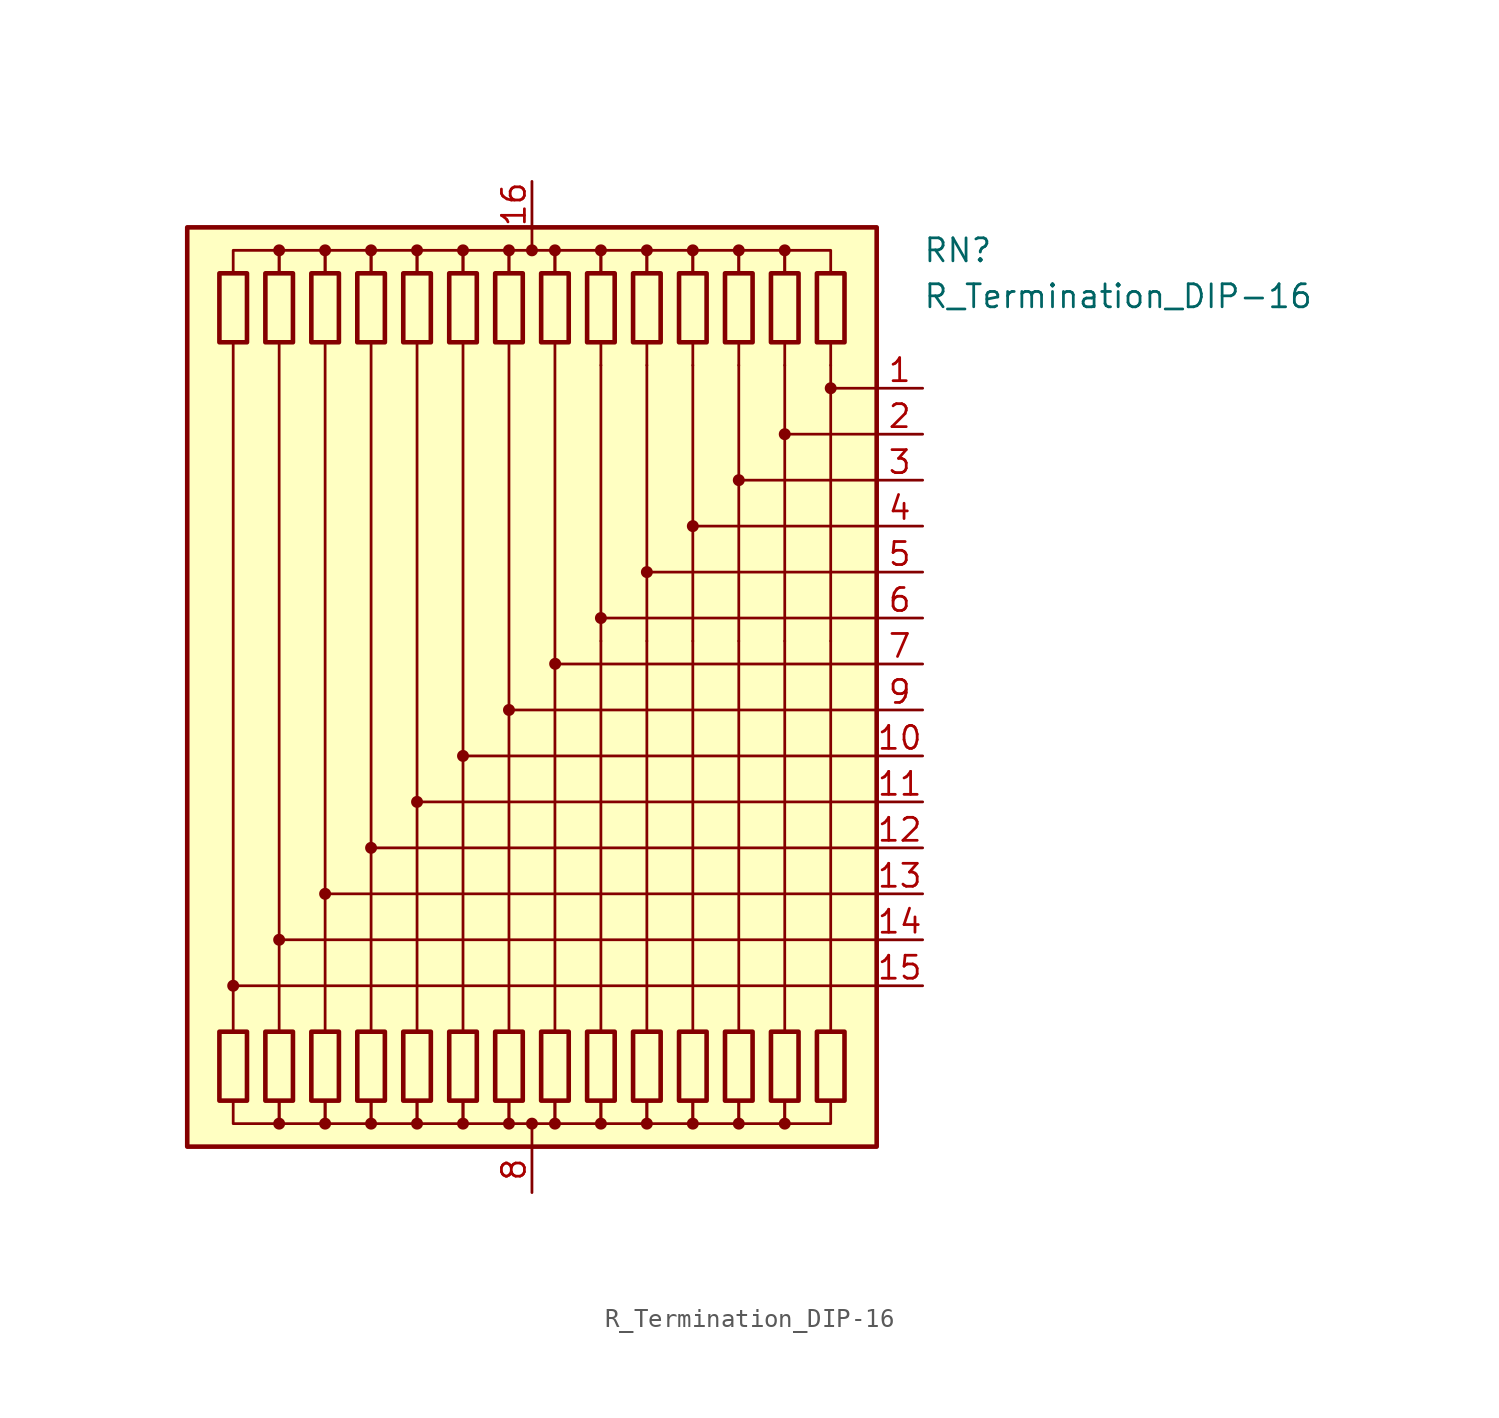
<source format=kicad_sym>
(kicad_symbol_lib
  (version 20211014)
  (generator kicad_symbol_editor)
  (symbol "R_Termination_DIP-16"
    (pin_names
      (offset 0.002) hide)
    (property "Reference" "RN"
      (at 21.59 24.13 0)
      (effects (font (size 1.27 1.27)) (justify left)))
    (property "Value" "R_Termination_DIP-16"
      (at 21.59 21.59 0)
      (effects (font (size 1.27 1.27)) (justify left)))
    (symbol "R_Termination_DIP-16_0_1"
      (rectangle (start -19.05 25.4) (end 19.05 -25.4) (stroke (width 0.254) (type default) (color 0 0 0 0)) (fill (type background)))
      (rectangle (start -17.272 22.86) (end -15.748 19.05) (stroke (width 0.254) (type default) (color 0 0 0 0)) (fill (type none)))
      (circle (center -16.51 -16.51) (radius 0.254) (stroke (width 0) (type default) (color 0 0 0 0)) (fill (type outline)))
      (rectangle (start -15.748 -22.86) (end -17.272 -19.05) (stroke (width 0.254) (type default) (color 0 0 0 0)) (fill (type none)))
      (rectangle (start -14.732 22.86) (end -13.208 19.05) (stroke (width 0.254) (type default) (color 0 0 0 0)) (fill (type none)))
      (circle (center -13.97 -24.13) (radius 0.254) (stroke (width 0) (type default) (color 0 0 0 0)) (fill (type outline)))
      (circle (center -13.97 -13.97) (radius 0.254) (stroke (width 0) (type default) (color 0 0 0 0)) (fill (type outline)))
      (circle (center -13.97 24.13) (radius 0.254) (stroke (width 0) (type default) (color 0 0 0 0)) (fill (type outline)))
      (rectangle (start -13.208 -22.86) (end -14.732 -19.05) (stroke (width 0.254) (type default) (color 0 0 0 0)) (fill (type none)))
      (rectangle (start -12.192 22.86) (end -10.668 19.05) (stroke (width 0.254) (type default) (color 0 0 0 0)) (fill (type none)))
      (circle (center -11.43 -24.13) (radius 0.254) (stroke (width 0) (type default) (color 0 0 0 0)) (fill (type outline)))
      (circle (center -11.43 -11.43) (radius 0.254) (stroke (width 0) (type default) (color 0 0 0 0)) (fill (type outline)))
      (circle (center -11.43 24.13) (radius 0.254) (stroke (width 0) (type default) (color 0 0 0 0)) (fill (type outline)))
      (rectangle (start -10.668 -22.86) (end -12.192 -19.05) (stroke (width 0.254) (type default) (color 0 0 0 0)) (fill (type none)))
      (rectangle (start -9.652 22.86) (end -8.128 19.05) (stroke (width 0.254) (type default) (color 0 0 0 0)) (fill (type none)))
      (circle (center -8.89 -24.13) (radius 0.254) (stroke (width 0) (type default) (color 0 0 0 0)) (fill (type outline)))
      (circle (center -8.89 -8.89) (radius 0.254) (stroke (width 0) (type default) (color 0 0 0 0)) (fill (type outline)))
      (circle (center -8.89 24.13) (radius 0.254) (stroke (width 0) (type default) (color 0 0 0 0)) (fill (type outline)))
      (rectangle (start -8.128 -22.86) (end -9.652 -19.05) (stroke (width 0.254) (type default) (color 0 0 0 0)) (fill (type none)))
      (rectangle (start -7.112 22.86) (end -5.588 19.05) (stroke (width 0.254) (type default) (color 0 0 0 0)) (fill (type none)))
      (circle (center -6.35 -24.13) (radius 0.254) (stroke (width 0) (type default) (color 0 0 0 0)) (fill (type outline)))
      (circle (center -6.35 -6.35) (radius 0.254) (stroke (width 0) (type default) (color 0 0 0 0)) (fill (type outline)))
      (circle (center -6.35 24.13) (radius 0.254) (stroke (width 0) (type default) (color 0 0 0 0)) (fill (type outline)))
      (rectangle (start -5.588 -22.86) (end -7.112 -19.05) (stroke (width 0.254) (type default) (color 0 0 0 0)) (fill (type none)))
      (rectangle (start -4.572 22.86) (end -3.048 19.05) (stroke (width 0.254) (type default) (color 0 0 0 0)) (fill (type none)))
      (circle (center -3.81 -24.13) (radius 0.254) (stroke (width 0) (type default) (color 0 0 0 0)) (fill (type outline)))
      (circle (center -3.81 -3.81) (radius 0.254) (stroke (width 0) (type default) (color 0 0 0 0)) (fill (type outline)))
      (circle (center -3.81 24.13) (radius 0.254) (stroke (width 0) (type default) (color 0 0 0 0)) (fill (type outline)))
      (rectangle (start -3.048 -22.86) (end -4.572 -19.05) (stroke (width 0.254) (type default) (color 0 0 0 0)) (fill (type none)))
      (rectangle (start -2.032 22.86) (end -0.508 19.05) (stroke (width 0.254) (type default) (color 0 0 0 0)) (fill (type none)))
      (circle (center -1.27 -24.13) (radius 0.254) (stroke (width 0) (type default) (color 0 0 0 0)) (fill (type outline)))
      (circle (center -1.27 -1.27) (radius 0.254) (stroke (width 0) (type default) (color 0 0 0 0)) (fill (type outline)))
      (circle (center -1.27 24.13) (radius 0.254) (stroke (width 0) (type default) (color 0 0 0 0)) (fill (type outline)))
      (rectangle (start -0.508 -22.86) (end -2.032 -19.05) (stroke (width 0.254) (type default) (color 0 0 0 0)) (fill (type none)))
      (circle (center 0 -24.13) (radius 0.254) (stroke (width 0) (type default) (color 0 0 0 0)) (fill (type outline)))
      (polyline (pts (xy -16.51 19.05) (xy -16.51 -19.05)) (stroke (width 0) (type default) (color 0 0 0 0)) (fill (type none)))
      (polyline (pts (xy -13.97 19.05) (xy -13.97 -19.05)) (stroke (width 0) (type default) (color 0 0 0 0)) (fill (type none)))
      (polyline (pts (xy -11.43 19.05) (xy -11.43 -19.05)) (stroke (width 0) (type default) (color 0 0 0 0)) (fill (type none)))
      (polyline (pts (xy -8.89 19.05) (xy -8.89 -19.05)) (stroke (width 0) (type default) (color 0 0 0 0)) (fill (type none)))
      (polyline (pts (xy -6.35 19.05) (xy -6.35 -19.05)) (stroke (width 0) (type default) (color 0 0 0 0)) (fill (type none)))
      (polyline (pts (xy -3.81 19.05) (xy -3.81 -19.05)) (stroke (width 0) (type default) (color 0 0 0 0)) (fill (type none)))
      (polyline (pts (xy -1.27 19.05) (xy -1.27 -19.05)) (stroke (width 0) (type default) (color 0 0 0 0)) (fill (type none)))
      (polyline (pts (xy 0 -25.4) (xy 0 -24.13)) (stroke (width 0) (type default) (color 0 0 0 0)) (fill (type none)))
      (polyline (pts (xy 0 25.4) (xy 0 24.13)) (stroke (width 0) (type default) (color 0 0 0 0)) (fill (type none)))
      (polyline (pts (xy 1.27 19.05) (xy 1.27 -19.05)) (stroke (width 0) (type default) (color 0 0 0 0)) (fill (type none)))
      (polyline (pts (xy 3.81 -19.05) (xy 3.81 2.54)) (stroke (width 0) (type default) (color 0 0 0 0)) (fill (type none)))
      (polyline (pts (xy 3.81 17.78) (xy 3.81 2.54)) (stroke (width 0.152) (type default) (color 0 0 0 0)) (fill (type none)))
      (polyline (pts (xy 3.81 19.05) (xy 3.81 17.78)) (stroke (width 0) (type default) (color 0 0 0 0)) (fill (type none)))
      (polyline (pts (xy 6.35 -19.05) (xy 6.35 2.54)) (stroke (width 0) (type default) (color 0 0 0 0)) (fill (type none)))
      (polyline (pts (xy 6.35 17.78) (xy 6.35 2.54)) (stroke (width 0.152) (type default) (color 0 0 0 0)) (fill (type none)))
      (polyline (pts (xy 6.35 19.05) (xy 6.35 17.78)) (stroke (width 0) (type default) (color 0 0 0 0)) (fill (type none)))
      (polyline (pts (xy 8.89 -19.05) (xy 8.89 2.54)) (stroke (width 0) (type default) (color 0 0 0 0)) (fill (type none)))
      (polyline (pts (xy 8.89 17.78) (xy 8.89 2.54)) (stroke (width 0.152) (type default) (color 0 0 0 0)) (fill (type none)))
      (polyline (pts (xy 8.89 19.05) (xy 8.89 17.78)) (stroke (width 0) (type default) (color 0 0 0 0)) (fill (type none)))
      (polyline (pts (xy 11.43 -19.05) (xy 11.43 2.54)) (stroke (width 0) (type default) (color 0 0 0 0)) (fill (type none)))
      (polyline (pts (xy 11.43 17.78) (xy 11.43 2.54)) (stroke (width 0.152) (type default) (color 0 0 0 0)) (fill (type none)))
      (polyline (pts (xy 11.43 19.05) (xy 11.43 17.78)) (stroke (width 0) (type default) (color 0 0 0 0)) (fill (type none)))
      (polyline (pts (xy 13.97 -19.05) (xy 13.97 2.54)) (stroke (width 0) (type default) (color 0 0 0 0)) (fill (type none)))
      (polyline (pts (xy 13.97 17.78) (xy 13.97 2.54)) (stroke (width 0.152) (type default) (color 0 0 0 0)) (fill (type none)))
      (polyline (pts (xy 13.97 19.05) (xy 13.97 17.78)) (stroke (width 0) (type default) (color 0 0 0 0)) (fill (type none)))
      (polyline (pts (xy 16.51 -19.05) (xy 16.51 2.54)) (stroke (width 0) (type default) (color 0 0 0 0)) (fill (type none)))
      (polyline (pts (xy 16.51 17.78) (xy 16.51 2.54)) (stroke (width 0.152) (type default) (color 0 0 0 0)) (fill (type none)))
      (polyline (pts (xy 16.51 19.05) (xy 16.51 17.78)) (stroke (width 0) (type default) (color 0 0 0 0)) (fill (type none)))
      (polyline (pts (xy 19.05 -16.51) (xy -16.51 -16.51)) (stroke (width 0.152) (type default) (color 0 0 0 0)) (fill (type none)))
      (polyline (pts (xy 19.05 -13.97) (xy -13.97 -13.97)) (stroke (width 0.152) (type default) (color 0 0 0 0)) (fill (type none)))
      (polyline (pts (xy 19.05 -11.43) (xy -11.43 -11.43)) (stroke (width 0.152) (type default) (color 0 0 0 0)) (fill (type none)))
      (polyline (pts (xy 19.05 -8.89) (xy -8.89 -8.89)) (stroke (width 0.152) (type default) (color 0 0 0 0)) (fill (type none)))
      (polyline (pts (xy 19.05 -6.35) (xy -6.35 -6.35)) (stroke (width 0.152) (type default) (color 0 0 0 0)) (fill (type none)))
      (polyline (pts (xy 19.05 -3.81) (xy -3.81 -3.81)) (stroke (width 0.152) (type default) (color 0 0 0 0)) (fill (type none)))
      (polyline (pts (xy 19.05 -1.27) (xy -1.27 -1.27)) (stroke (width 0.152) (type default) (color 0 0 0 0)) (fill (type none)))
      (polyline (pts (xy 19.05 1.27) (xy 1.27 1.27)) (stroke (width 0.152) (type default) (color 0 0 0 0)) (fill (type none)))
      (polyline (pts (xy 19.05 3.81) (xy 3.81 3.81)) (stroke (width 0.152) (type default) (color 0 0 0 0)) (fill (type none)))
      (polyline (pts (xy 19.05 6.35) (xy 6.35 6.35)) (stroke (width 0.152) (type default) (color 0 0 0 0)) (fill (type none)))
      (polyline (pts (xy 19.05 8.89) (xy 8.89 8.89)) (stroke (width 0.152) (type default) (color 0 0 0 0)) (fill (type none)))
      (polyline (pts (xy 19.05 11.43) (xy 11.43 11.43)) (stroke (width 0.152) (type default) (color 0 0 0 0)) (fill (type none)))
      (polyline (pts (xy 19.05 13.97) (xy 13.97 13.97)) (stroke (width 0.152) (type default) (color 0 0 0 0)) (fill (type none)))
      (polyline (pts (xy 19.05 16.51) (xy 16.51 16.51)) (stroke (width 0.152) (type default) (color 0 0 0 0)) (fill (type none)))
      (polyline (pts (xy -16.51 22.86) (xy -16.51 24.13) (xy -13.97 24.13) (xy -13.97 22.86)) (stroke (width 0) (type default) (color 0 0 0 0)) (fill (type none)))
      (polyline (pts (xy -13.97 -22.86) (xy -13.97 -24.13) (xy -16.51 -24.13) (xy -16.51 -22.86)) (stroke (width 0) (type default) (color 0 0 0 0)) (fill (type none)))
      (polyline (pts (xy -13.97 22.86) (xy -13.97 24.13) (xy -11.43 24.13) (xy -11.43 22.86)) (stroke (width 0) (type default) (color 0 0 0 0)) (fill (type none)))
      (polyline (pts (xy -11.43 -22.86) (xy -11.43 -24.13) (xy -13.97 -24.13) (xy -13.97 -22.86)) (stroke (width 0) (type default) (color 0 0 0 0)) (fill (type none)))
      (polyline (pts (xy -11.43 22.86) (xy -11.43 24.13) (xy -8.89 24.13) (xy -8.89 22.86)) (stroke (width 0) (type default) (color 0 0 0 0)) (fill (type none)))
      (polyline (pts (xy -8.89 -22.86) (xy -8.89 -24.13) (xy -11.43 -24.13) (xy -11.43 -22.86)) (stroke (width 0) (type default) (color 0 0 0 0)) (fill (type none)))
      (polyline (pts (xy -8.89 22.86) (xy -8.89 24.13) (xy -6.35 24.13) (xy -6.35 22.86)) (stroke (width 0) (type default) (color 0 0 0 0)) (fill (type none)))
      (polyline (pts (xy -6.35 -22.86) (xy -6.35 -24.13) (xy -8.89 -24.13) (xy -8.89 -22.86)) (stroke (width 0) (type default) (color 0 0 0 0)) (fill (type none)))
      (polyline (pts (xy -6.35 22.86) (xy -6.35 24.13) (xy -3.81 24.13) (xy -3.81 22.86)) (stroke (width 0) (type default) (color 0 0 0 0)) (fill (type none)))
      (polyline (pts (xy -3.81 -22.86) (xy -3.81 -24.13) (xy -6.35 -24.13) (xy -6.35 -22.86)) (stroke (width 0) (type default) (color 0 0 0 0)) (fill (type none)))
      (polyline (pts (xy -3.81 22.86) (xy -3.81 24.13) (xy -1.27 24.13) (xy -1.27 22.86)) (stroke (width 0) (type default) (color 0 0 0 0)) (fill (type none)))
      (polyline (pts (xy -1.27 -22.86) (xy -1.27 -24.13) (xy -3.81 -24.13) (xy -3.81 -22.86)) (stroke (width 0) (type default) (color 0 0 0 0)) (fill (type none)))
      (polyline (pts (xy -1.27 22.86) (xy -1.27 24.13) (xy 1.27 24.13) (xy 1.27 22.86)) (stroke (width 0) (type default) (color 0 0 0 0)) (fill (type none)))
      (polyline (pts (xy 1.27 -22.86) (xy 1.27 -24.13) (xy -1.27 -24.13) (xy -1.27 -22.86)) (stroke (width 0) (type default) (color 0 0 0 0)) (fill (type none)))
      (polyline (pts (xy 1.27 22.86) (xy 1.27 24.13) (xy 3.81 24.13) (xy 3.81 22.86)) (stroke (width 0) (type default) (color 0 0 0 0)) (fill (type none)))
      (polyline (pts (xy 3.81 -22.86) (xy 3.81 -24.13) (xy 1.27 -24.13) (xy 1.27 -22.86)) (stroke (width 0) (type default) (color 0 0 0 0)) (fill (type none)))
      (polyline (pts (xy 3.81 22.86) (xy 3.81 24.13) (xy 6.35 24.13) (xy 6.35 22.86)) (stroke (width 0) (type default) (color 0 0 0 0)) (fill (type none)))
      (polyline (pts (xy 6.35 -22.86) (xy 6.35 -24.13) (xy 3.81 -24.13) (xy 3.81 -22.86)) (stroke (width 0) (type default) (color 0 0 0 0)) (fill (type none)))
      (polyline (pts (xy 6.35 22.86) (xy 6.35 24.13) (xy 8.89 24.13) (xy 8.89 22.86)) (stroke (width 0) (type default) (color 0 0 0 0)) (fill (type none)))
      (polyline (pts (xy 8.89 -22.86) (xy 8.89 -24.13) (xy 6.35 -24.13) (xy 6.35 -22.86)) (stroke (width 0) (type default) (color 0 0 0 0)) (fill (type none)))
      (polyline (pts (xy 8.89 22.86) (xy 8.89 24.13) (xy 11.43 24.13) (xy 11.43 22.86)) (stroke (width 0) (type default) (color 0 0 0 0)) (fill (type none)))
      (polyline (pts (xy 11.43 -22.86) (xy 11.43 -24.13) (xy 8.89 -24.13) (xy 8.89 -22.86)) (stroke (width 0) (type default) (color 0 0 0 0)) (fill (type none)))
      (polyline (pts (xy 11.43 22.86) (xy 11.43 24.13) (xy 13.97 24.13) (xy 13.97 22.86)) (stroke (width 0) (type default) (color 0 0 0 0)) (fill (type none)))
      (polyline (pts (xy 13.97 -22.86) (xy 13.97 -24.13) (xy 11.43 -24.13) (xy 11.43 -22.86)) (stroke (width 0) (type default) (color 0 0 0 0)) (fill (type none)))
      (polyline (pts (xy 13.97 22.86) (xy 13.97 24.13) (xy 16.51 24.13) (xy 16.51 22.86)) (stroke (width 0) (type default) (color 0 0 0 0)) (fill (type none)))
      (polyline (pts (xy 16.51 -22.86) (xy 16.51 -24.13) (xy 13.97 -24.13) (xy 13.97 -22.86)) (stroke (width 0) (type default) (color 0 0 0 0)) (fill (type none)))
      (circle (center 0 24.13) (radius 0.254) (stroke (width 0) (type default) (color 0 0 0 0)) (fill (type outline)))
      (rectangle (start 0.508 22.86) (end 2.032 19.05) (stroke (width 0.254) (type default) (color 0 0 0 0)) (fill (type none)))
      (circle (center 1.27 -24.13) (radius 0.254) (stroke (width 0) (type default) (color 0 0 0 0)) (fill (type outline)))
      (circle (center 1.27 24.13) (radius 0.254) (stroke (width 0) (type default) (color 0 0 0 0)) (fill (type outline)))
      (circle (center 1.282 1.281) (radius 0.254) (stroke (width 0) (type default) (color 0 0 0 0)) (fill (type outline)))
      (rectangle (start 2.032 -22.86) (end 0.508 -19.05) (stroke (width 0.254) (type default) (color 0 0 0 0)) (fill (type none)))
      (rectangle (start 3.048 22.86) (end 4.572 19.05) (stroke (width 0.254) (type default) (color 0 0 0 0)) (fill (type none)))
      (circle (center 3.81 -24.13) (radius 0.254) (stroke (width 0) (type default) (color 0 0 0 0)) (fill (type outline)))
      (circle (center 3.81 3.81) (radius 0.254) (stroke (width 0) (type default) (color 0 0 0 0)) (fill (type outline)))
      (circle (center 3.81 24.13) (radius 0.254) (stroke (width 0) (type default) (color 0 0 0 0)) (fill (type outline)))
      (rectangle (start 4.572 -22.86) (end 3.048 -19.05) (stroke (width 0.254) (type default) (color 0 0 0 0)) (fill (type none)))
      (rectangle (start 5.588 22.86) (end 7.112 19.05) (stroke (width 0.254) (type default) (color 0 0 0 0)) (fill (type none)))
      (circle (center 6.35 -24.13) (radius 0.254) (stroke (width 0) (type default) (color 0 0 0 0)) (fill (type outline)))
      (circle (center 6.35 6.35) (radius 0.254) (stroke (width 0) (type default) (color 0 0 0 0)) (fill (type outline)))
      (circle (center 6.35 24.13) (radius 0.254) (stroke (width 0) (type default) (color 0 0 0 0)) (fill (type outline)))
      (rectangle (start 7.112 -22.86) (end 5.588 -19.05) (stroke (width 0.254) (type default) (color 0 0 0 0)) (fill (type none)))
      (rectangle (start 8.128 22.86) (end 9.652 19.05) (stroke (width 0.254) (type default) (color 0 0 0 0)) (fill (type none)))
      (circle (center 8.89 -24.13) (radius 0.254) (stroke (width 0) (type default) (color 0 0 0 0)) (fill (type outline)))
      (circle (center 8.89 8.89) (radius 0.254) (stroke (width 0) (type default) (color 0 0 0 0)) (fill (type outline)))
      (circle (center 8.89 24.13) (radius 0.254) (stroke (width 0) (type default) (color 0 0 0 0)) (fill (type outline)))
      (rectangle (start 9.652 -22.86) (end 8.128 -19.05) (stroke (width 0.254) (type default) (color 0 0 0 0)) (fill (type none)))
      (rectangle (start 10.668 22.86) (end 12.192 19.05) (stroke (width 0.254) (type default) (color 0 0 0 0)) (fill (type none)))
      (circle (center 11.43 -24.13) (radius 0.254) (stroke (width 0) (type default) (color 0 0 0 0)) (fill (type outline)))
      (circle (center 11.43 11.43) (radius 0.254) (stroke (width 0) (type default) (color 0 0 0 0)) (fill (type outline)))
      (circle (center 11.43 24.13) (radius 0.254) (stroke (width 0) (type default) (color 0 0 0 0)) (fill (type outline)))
      (rectangle (start 12.192 -22.86) (end 10.668 -19.05) (stroke (width 0.254) (type default) (color 0 0 0 0)) (fill (type none)))
      (rectangle (start 13.208 22.86) (end 14.732 19.05) (stroke (width 0.254) (type default) (color 0 0 0 0)) (fill (type none)))
      (circle (center 13.97 -24.13) (radius 0.254) (stroke (width 0) (type default) (color 0 0 0 0)) (fill (type outline)))
      (circle (center 13.97 13.97) (radius 0.254) (stroke (width 0) (type default) (color 0 0 0 0)) (fill (type outline)))
      (circle (center 13.97 24.13) (radius 0.254) (stroke (width 0) (type default) (color 0 0 0 0)) (fill (type outline)))
      (rectangle (start 14.732 -22.86) (end 13.208 -19.05) (stroke (width 0.254) (type default) (color 0 0 0 0)) (fill (type none)))
      (rectangle (start 15.748 22.86) (end 17.272 19.05) (stroke (width 0.254) (type default) (color 0 0 0 0)) (fill (type none)))
      (circle (center 16.51 16.51) (radius 0.254) (stroke (width 0) (type default) (color 0 0 0 0)) (fill (type outline)))
      (rectangle (start 17.272 -22.86) (end 15.748 -19.05) (stroke (width 0.254) (type default) (color 0 0 0 0)) (fill (type none))))
    (symbol "R_Termination_DIP-16_1_1"
      (pin passive line (at 21.59 16.51 180) (length 2.54) (name "R1" (effects (font (size 1.27 1.27)))) (number "1" (effects (font (size 1.27 1.27)))))
      (pin passive line (at 21.59 -3.81 180) (length 2.54) (name "R10" (effects (font (size 1.27 1.27)))) (number "10" (effects (font (size 1.27 1.27)))))
      (pin passive line (at 21.59 -6.35 180) (length 2.54) (name "R11" (effects (font (size 1.27 1.27)))) (number "11" (effects (font (size 1.27 1.27)))))
      (pin passive line (at 21.59 -8.89 180) (length 2.54) (name "R12" (effects (font (size 1.27 1.27)))) (number "12" (effects (font (size 1.27 1.27)))))
      (pin passive line (at 21.59 -11.43 180) (length 2.54) (name "R13" (effects (font (size 1.27 1.27)))) (number "13" (effects (font (size 1.27 1.27)))))
      (pin passive line (at 21.59 -13.97 180) (length 2.54) (name "R14" (effects (font (size 1.27 1.27)))) (number "14" (effects (font (size 1.27 1.27)))))
      (pin passive line (at 21.59 -16.51 180) (length 2.54) (name "R15" (effects (font (size 1.27 1.27)))) (number "15" (effects (font (size 1.27 1.27)))))
      (pin passive line (at 0 27.94 270) (length 2.54) (name "common" (effects (font (size 1.27 1.27)))) (number "16" (effects (font (size 1.27 1.27)))))
      (pin passive line (at 21.59 13.97 180) (length 2.54) (name "R2" (effects (font (size 1.27 1.27)))) (number "2" (effects (font (size 1.27 1.27)))))
      (pin passive line (at 21.59 11.43 180) (length 2.54) (name "R3" (effects (font (size 1.27 1.27)))) (number "3" (effects (font (size 1.27 1.27)))))
      (pin passive line (at 21.59 8.89 180) (length 2.54) (name "R4" (effects (font (size 1.27 1.27)))) (number "4" (effects (font (size 1.27 1.27)))))
      (pin passive line (at 21.59 6.35 180) (length 2.54) (name "R5" (effects (font (size 1.27 1.27)))) (number "5" (effects (font (size 1.27 1.27)))))
      (pin passive line (at 21.59 3.81 180) (length 2.54) (name "R6" (effects (font (size 1.27 1.27)))) (number "6" (effects (font (size 1.27 1.27)))))
      (pin passive line (at 21.59 1.27 180) (length 2.54) (name "R7" (effects (font (size 1.27 1.27)))) (number "7" (effects (font (size 1.27 1.27)))))
      (pin passive line (at 0 -27.94 90) (length 2.54) (name "common" (effects (font (size 1.27 1.27)))) (number "8" (effects (font (size 1.27 1.27)))))
      (pin passive line (at 21.59 -1.27 180) (length 2.54) (name "R9" (effects (font (size 1.27 1.27)))) (number "9" (effects (font (size 1.27 1.27))))))))
</source>
